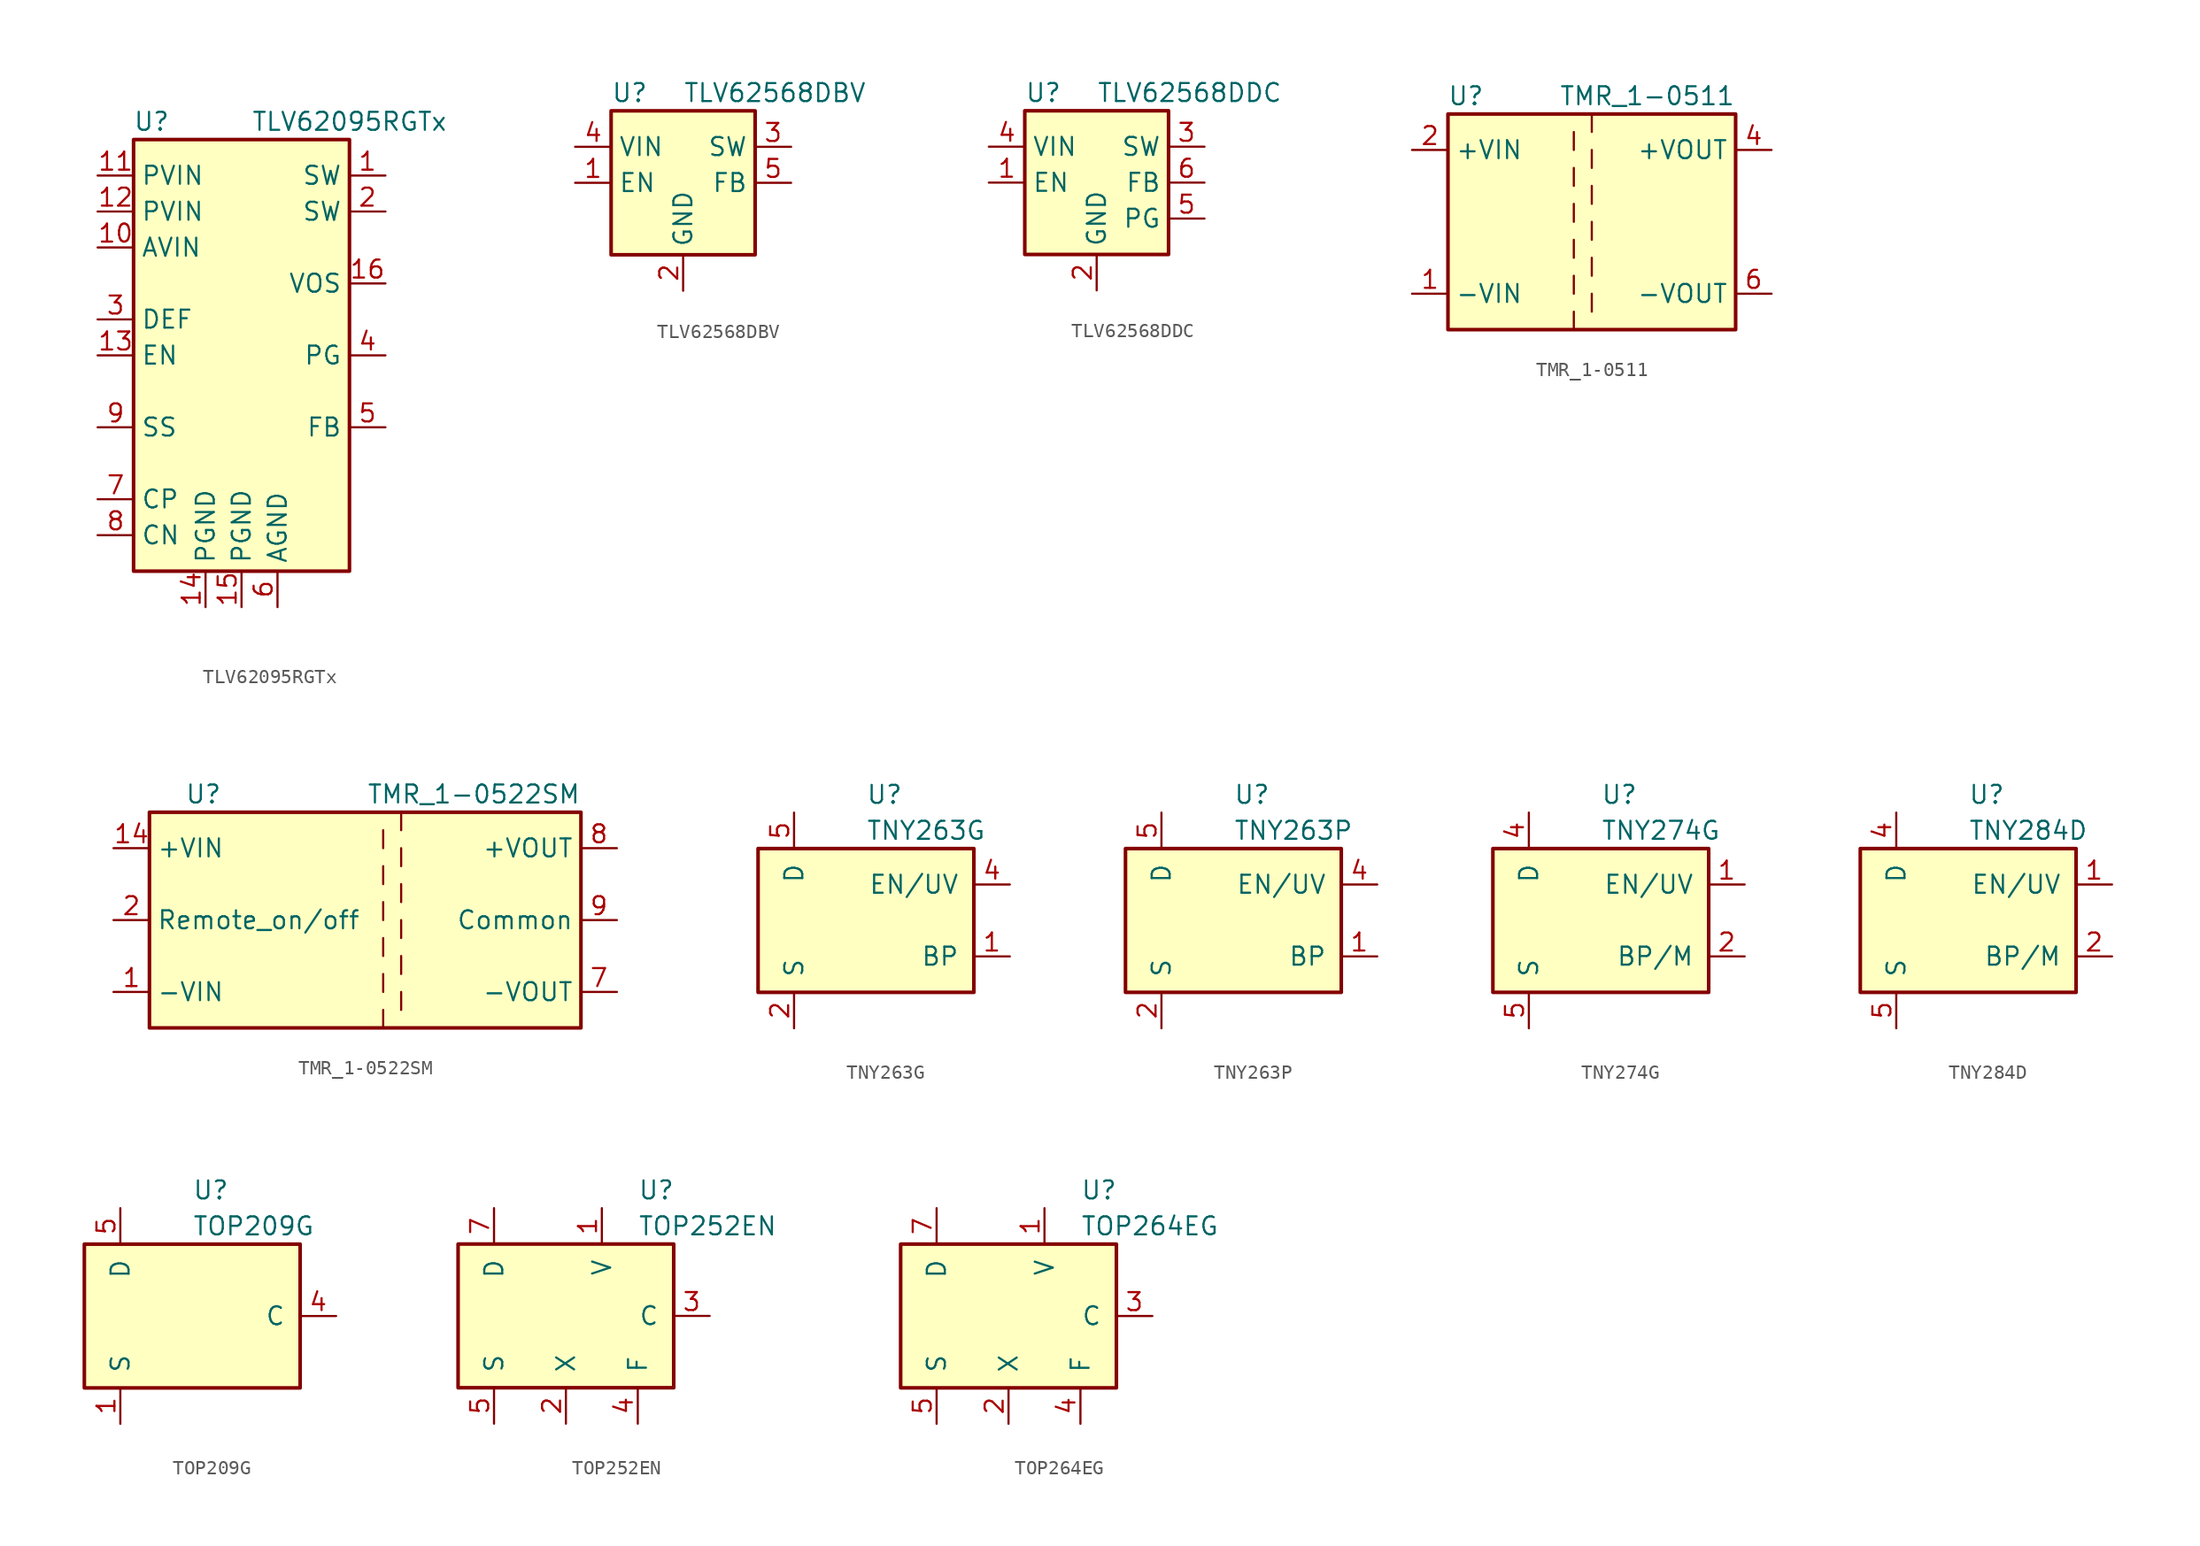
<source format=kicad_sym>
(kicad_symbol_lib
  (version 20201005)
  (generator kicad_symbol_editor)
  (symbol "TLV62095RGTx"
    (property "Reference" "U"
      (at -6.35 16.51 0)
      (effects (font (size 1.27 1.27))))
    (property "Value" "TLV62095RGTx"
      (at 7.62 16.51 0)
      (effects (font (size 1.27 1.27))))
    (symbol "TLV62095RGTx_0_1"
      (rectangle (start -7.62 -15.24) (end 7.62 15.24) (stroke (width 0.254)) (fill (type background)))
      (pin power_out line (at 10.16 12.7 180) (length 2.54) (name "SW" (effects (font (size 1.27 1.27)))) (number "1" (effects (font (size 1.27 1.27)))))
      (pin power_in line (at -10.16 7.62 0) (length 2.54) (name "AVIN" (effects (font (size 1.27 1.27)))) (number "10" (effects (font (size 1.27 1.27)))))
      (pin power_in line (at -10.16 12.7 0) (length 2.54) (name "PVIN" (effects (font (size 1.27 1.27)))) (number "11" (effects (font (size 1.27 1.27)))))
      (pin power_in line (at -10.16 10.16 0) (length 2.54) (name "PVIN" (effects (font (size 1.27 1.27)))) (number "12" (effects (font (size 1.27 1.27)))))
      (pin input line (at -10.16 0 0) (length 2.54) (name "EN" (effects (font (size 1.27 1.27)))) (number "13" (effects (font (size 1.27 1.27)))))
      (pin power_in line (at -2.54 -17.78 90) (length 2.54) (name "PGND" (effects (font (size 1.27 1.27)))) (number "14" (effects (font (size 1.27 1.27)))))
      (pin power_in line (at 0 -17.78 90) (length 2.54) (name "PGND" (effects (font (size 1.27 1.27)))) (number "15" (effects (font (size 1.27 1.27)))))
      (pin input line (at 10.16 5.08 180) (length 2.54) (name "VOS" (effects (font (size 1.27 1.27)))) (number "16" (effects (font (size 1.27 1.27)))))
      (pin power_in line (at 2.54 -17.78 90) (length 2.54) hide (name "AGND" (effects (font (size 1.27 1.27)))) (number "17" (effects (font (size 1.27 1.27)))))
      (pin power_out line (at 10.16 10.16 180) (length 2.54) (name "SW" (effects (font (size 1.27 1.27)))) (number "2" (effects (font (size 1.27 1.27)))))
      (pin input line (at -10.16 2.54 0) (length 2.54) (name "DEF" (effects (font (size 1.27 1.27)))) (number "3" (effects (font (size 1.27 1.27)))))
      (pin tri_state line (at 10.16 0 180) (length 2.54) (name "PG" (effects (font (size 1.27 1.27)))) (number "4" (effects (font (size 1.27 1.27)))))
      (pin input line (at 10.16 -5.08 180) (length 2.54) (name "FB" (effects (font (size 1.27 1.27)))) (number "5" (effects (font (size 1.27 1.27)))))
      (pin power_in line (at 2.54 -17.78 90) (length 2.54) (name "AGND" (effects (font (size 1.27 1.27)))) (number "6" (effects (font (size 1.27 1.27)))))
      (pin passive line (at -10.16 -10.16 0) (length 2.54) (name "CP" (effects (font (size 1.27 1.27)))) (number "7" (effects (font (size 1.27 1.27)))))
      (pin passive line (at -10.16 -12.7 0) (length 2.54) (name "CN" (effects (font (size 1.27 1.27)))) (number "8" (effects (font (size 1.27 1.27)))))
      (pin input line (at -10.16 -5.08 0) (length 2.54) (name "SS" (effects (font (size 1.27 1.27)))) (number "9" (effects (font (size 1.27 1.27)))))))
  (symbol "TLV62568DBV"
    (property "Reference" "U"
      (at -5.08 6.35 0)
      (effects (font (size 1.27 1.27)) (justify left)))
    (property "Value" "TLV62568DBV"
      (at 0 6.35 0)
      (effects (font (size 1.27 1.27)) (justify left)))
    (symbol "TLV62568DBV_0_1"
      (rectangle (start -5.08 5.08) (end 5.08 -5.08) (stroke (width 0.254)) (fill (type background))))
    (symbol "TLV62568DBV_1_1"
      (pin input line (at -7.62 0 0) (length 2.54) (name "EN" (effects (font (size 1.27 1.27)))) (number "1" (effects (font (size 1.27 1.27)))))
      (pin power_in line (at 0 -7.62 90) (length 2.54) (name "GND" (effects (font (size 1.27 1.27)))) (number "2" (effects (font (size 1.27 1.27)))))
      (pin power_out line (at 7.62 2.54 180) (length 2.54) (name "SW" (effects (font (size 1.27 1.27)))) (number "3" (effects (font (size 1.27 1.27)))))
      (pin power_in line (at -7.62 2.54 0) (length 2.54) (name "VIN" (effects (font (size 1.27 1.27)))) (number "4" (effects (font (size 1.27 1.27)))))
      (pin input line (at 7.62 0 180) (length 2.54) (name "FB" (effects (font (size 1.27 1.27)))) (number "5" (effects (font (size 1.27 1.27)))))))
  (symbol "TLV62568DDC"
    (property "Reference" "U"
      (at -5.08 6.35 0)
      (effects (font (size 1.27 1.27)) (justify left)))
    (property "Value" "TLV62568DDC"
      (at 0 6.35 0)
      (effects (font (size 1.27 1.27)) (justify left)))
    (symbol "TLV62568DDC_0_1"
      (rectangle (start -5.08 5.08) (end 5.08 -5.08) (stroke (width 0.254)) (fill (type background))))
    (symbol "TLV62568DDC_1_1"
      (pin input line (at -7.62 0 0) (length 2.54) (name "EN" (effects (font (size 1.27 1.27)))) (number "1" (effects (font (size 1.27 1.27)))))
      (pin power_in line (at 0 -7.62 90) (length 2.54) (name "GND" (effects (font (size 1.27 1.27)))) (number "2" (effects (font (size 1.27 1.27)))))
      (pin power_out line (at 7.62 2.54 180) (length 2.54) (name "SW" (effects (font (size 1.27 1.27)))) (number "3" (effects (font (size 1.27 1.27)))))
      (pin power_in line (at -7.62 2.54 0) (length 2.54) (name "VIN" (effects (font (size 1.27 1.27)))) (number "4" (effects (font (size 1.27 1.27)))))
      (pin open_collector line (at 7.62 -2.54 180) (length 2.54) (name "PG" (effects (font (size 1.27 1.27)))) (number "5" (effects (font (size 1.27 1.27)))))
      (pin input line (at 7.62 0 180) (length 2.54) (name "FB" (effects (font (size 1.27 1.27)))) (number "6" (effects (font (size 1.27 1.27)))))))
  (symbol "TMR_1-0511"
    (property "Reference" "U"
      (at -8.89 8.89 0)
      (effects (font (size 1.27 1.27))))
    (property "Value" "TMR_1-0511"
      (at 10.16 8.89 0)
      (effects (font (size 1.27 1.27)) (justify right)))
    (symbol "TMR_1-0511_0_1"
      (rectangle (start -10.16 7.62) (end 10.16 -7.62) (stroke (width 0.254)) (fill (type background)))
      (polyline (pts (xy -1.27 -7.62) (xy -1.27 -6.35)) (stroke (width 0)) (fill (type none)))
      (polyline (pts (xy -1.27 -5.08) (xy -1.27 -3.81)) (stroke (width 0)) (fill (type none)))
      (polyline (pts (xy -1.27 -2.54) (xy -1.27 -1.27)) (stroke (width 0)) (fill (type none)))
      (polyline (pts (xy -1.27 0) (xy -1.27 1.27)) (stroke (width 0)) (fill (type none)))
      (polyline (pts (xy -1.27 2.54) (xy -1.27 3.81)) (stroke (width 0)) (fill (type none)))
      (polyline (pts (xy -1.27 5.08) (xy -1.27 6.35)) (stroke (width 0)) (fill (type none)))
      (polyline (pts (xy 0 -5.08) (xy 0 -6.35)) (stroke (width 0)) (fill (type none)))
      (polyline (pts (xy 0 -2.54) (xy 0 -3.81)) (stroke (width 0)) (fill (type none)))
      (polyline (pts (xy 0 0) (xy 0 -1.27)) (stroke (width 0)) (fill (type none)))
      (polyline (pts (xy 0 2.54) (xy 0 1.27)) (stroke (width 0)) (fill (type none)))
      (polyline (pts (xy 0 5.08) (xy 0 3.81)) (stroke (width 0)) (fill (type none)))
      (polyline (pts (xy 0 7.62) (xy 0 6.35)) (stroke (width 0)) (fill (type none))))
    (symbol "TMR_1-0511_1_1"
      (pin power_in line (at -12.7 -5.08 0) (length 2.54) (name "-VIN" (effects (font (size 1.27 1.27)))) (number "1" (effects (font (size 1.27 1.27)))))
      (pin power_in line (at -12.7 5.08 0) (length 2.54) (name "+VIN" (effects (font (size 1.27 1.27)))) (number "2" (effects (font (size 1.27 1.27)))))
      (pin power_out line (at 12.7 5.08 180) (length 2.54) (name "+VOUT" (effects (font (size 1.27 1.27)))) (number "4" (effects (font (size 1.27 1.27)))))
      (pin power_out line (at 12.7 -5.08 180) (length 2.54) (name "-VOUT" (effects (font (size 1.27 1.27)))) (number "6" (effects (font (size 1.27 1.27)))))))
  (symbol "TMR_1-0522SM"
    (property "Reference" "U"
      (at -11.43 8.89 0)
      (effects (font (size 1.27 1.27))))
    (property "Value" "TMR_1-0522SM"
      (at 15.24 8.89 0)
      (effects (font (size 1.27 1.27)) (justify right)))
    (symbol "TMR_1-0522SM_0_1"
      (rectangle (start -15.24 7.62) (end 15.24 -7.62) (stroke (width 0.254)) (fill (type background)))
      (polyline (pts (xy 1.27 -6.35) (xy 1.27 -7.62)) (stroke (width 0)) (fill (type none)))
      (polyline (pts (xy 1.27 -3.81) (xy 1.27 -5.08)) (stroke (width 0)) (fill (type none)))
      (polyline (pts (xy 1.27 -1.27) (xy 1.27 -2.54)) (stroke (width 0)) (fill (type none)))
      (polyline (pts (xy 1.27 1.27) (xy 1.27 0)) (stroke (width 0)) (fill (type none)))
      (polyline (pts (xy 1.27 3.81) (xy 1.27 2.54)) (stroke (width 0)) (fill (type none)))
      (polyline (pts (xy 1.27 6.35) (xy 1.27 5.08)) (stroke (width 0)) (fill (type none)))
      (polyline (pts (xy 2.54 -5.08) (xy 2.54 -6.35)) (stroke (width 0)) (fill (type none)))
      (polyline (pts (xy 2.54 -2.54) (xy 2.54 -3.81)) (stroke (width 0)) (fill (type none)))
      (polyline (pts (xy 2.54 0) (xy 2.54 -1.27)) (stroke (width 0)) (fill (type none)))
      (polyline (pts (xy 2.54 2.54) (xy 2.54 1.27)) (stroke (width 0)) (fill (type none)))
      (polyline (pts (xy 2.54 5.08) (xy 2.54 3.81)) (stroke (width 0)) (fill (type none)))
      (polyline (pts (xy 2.54 7.62) (xy 2.54 6.35)) (stroke (width 0)) (fill (type none))))
    (symbol "TMR_1-0522SM_1_1"
      (pin power_in line (at -17.78 -5.08 0) (length 2.54) (name "-VIN" (effects (font (size 1.27 1.27)))) (number "1" (effects (font (size 1.27 1.27)))))
      (pin power_in line (at -17.78 5.08 0) (length 2.54) (name "+VIN" (effects (font (size 1.27 1.27)))) (number "14" (effects (font (size 1.27 1.27)))))
      (pin input line (at -17.78 0 0) (length 2.54) (name "Remote_on/off" (effects (font (size 1.27 1.27)))) (number "2" (effects (font (size 1.27 1.27)))))
      (pin passive line (at 17.78 0 180) (length 2.54) hide (name "Common" (effects (font (size 1.27 1.27)))) (number "6" (effects (font (size 1.27 1.27)))))
      (pin power_out line (at 17.78 -5.08 180) (length 2.54) (name "-VOUT" (effects (font (size 1.27 1.27)))) (number "7" (effects (font (size 1.27 1.27)))))
      (pin power_out line (at 17.78 5.08 180) (length 2.54) (name "+VOUT" (effects (font (size 1.27 1.27)))) (number "8" (effects (font (size 1.27 1.27)))))
      (pin power_out line (at 17.78 0 180) (length 2.54) (name "Common" (effects (font (size 1.27 1.27)))) (number "9" (effects (font (size 1.27 1.27)))))))
  (symbol "TNY263G"
    (pin_names
      (offset 1.016))
    (property "Reference" "U"
      (at 0 8.89 0)
      (effects (font (size 1.27 1.27)) (justify left)))
    (property "Value" "TNY263G"
      (at 0 6.35 0)
      (effects (font (size 1.27 1.27)) (justify left)))
    (symbol "TNY263G_0_1"
      (rectangle (start -7.62 5.08) (end 7.62 -5.08) (stroke (width 0.254)) (fill (type background))))
    (symbol "TNY263G_1_1"
      (pin input line (at 10.16 -2.54 180) (length 2.54) (name "BP" (effects (font (size 1.27 1.27)))) (number "1" (effects (font (size 1.27 1.27)))))
      (pin open_emitter line (at -5.08 -7.62 90) (length 2.54) (name "S" (effects (font (size 1.27 1.27)))) (number "2" (effects (font (size 1.27 1.27)))))
      (pin open_emitter line (at -5.08 -7.62 90) (length 2.54) hide (name "S" (effects (font (size 1.27 1.27)))) (number "3" (effects (font (size 1.27 1.27)))))
      (pin input line (at 10.16 2.54 180) (length 2.54) (name "EN/UV" (effects (font (size 1.27 1.27)))) (number "4" (effects (font (size 1.27 1.27)))))
      (pin open_collector line (at -5.08 7.62 270) (length 2.54) (name "D" (effects (font (size 1.27 1.27)))) (number "5" (effects (font (size 1.27 1.27)))))
      (pin open_emitter line (at -5.08 -7.62 90) (length 2.54) hide (name "S" (effects (font (size 1.27 1.27)))) (number "7" (effects (font (size 1.27 1.27)))))
      (pin open_emitter line (at -5.08 -7.62 90) (length 2.54) hide (name "S" (effects (font (size 1.27 1.27)))) (number "8" (effects (font (size 1.27 1.27)))))))
  (symbol "TNY263P"
    (pin_names
      (offset 1.016))
    (property "Reference" "U"
      (at 0 8.89 0)
      (effects (font (size 1.27 1.27)) (justify left)))
    (property "Value" "TNY263P"
      (at 0 6.35 0)
      (effects (font (size 1.27 1.27)) (justify left)))
    (symbol "TNY263P_0_1"
      (rectangle (start -7.62 5.08) (end 7.62 -5.08) (stroke (width 0.254)) (fill (type background))))
    (symbol "TNY263P_1_1"
      (pin input line (at 10.16 -2.54 180) (length 2.54) (name "BP" (effects (font (size 1.27 1.27)))) (number "1" (effects (font (size 1.27 1.27)))))
      (pin open_emitter line (at -5.08 -7.62 90) (length 2.54) (name "S" (effects (font (size 1.27 1.27)))) (number "2" (effects (font (size 1.27 1.27)))))
      (pin open_emitter line (at -5.08 -7.62 90) (length 2.54) hide (name "S" (effects (font (size 1.27 1.27)))) (number "3" (effects (font (size 1.27 1.27)))))
      (pin input line (at 10.16 2.54 180) (length 2.54) (name "EN/UV" (effects (font (size 1.27 1.27)))) (number "4" (effects (font (size 1.27 1.27)))))
      (pin open_collector line (at -5.08 7.62 270) (length 2.54) (name "D" (effects (font (size 1.27 1.27)))) (number "5" (effects (font (size 1.27 1.27)))))
      (pin open_emitter line (at -5.08 -7.62 90) (length 2.54) hide (name "S" (effects (font (size 1.27 1.27)))) (number "7" (effects (font (size 1.27 1.27)))))
      (pin open_emitter line (at -5.08 -7.62 90) (length 2.54) hide (name "S" (effects (font (size 1.27 1.27)))) (number "8" (effects (font (size 1.27 1.27)))))))
  (symbol "TNY274G"
    (pin_names
      (offset 1.016))
    (property "Reference" "U"
      (at 0 8.89 0)
      (effects (font (size 1.27 1.27)) (justify left)))
    (property "Value" "TNY274G"
      (at 0 6.35 0)
      (effects (font (size 1.27 1.27)) (justify left)))
    (symbol "TNY274G_0_1"
      (rectangle (start -7.62 5.08) (end 7.62 -5.08) (stroke (width 0.254)) (fill (type background))))
    (symbol "TNY274G_1_1"
      (pin input line (at 10.16 2.54 180) (length 2.54) (name "EN/UV" (effects (font (size 1.27 1.27)))) (number "1" (effects (font (size 1.27 1.27)))))
      (pin input line (at 10.16 -2.54 180) (length 2.54) (name "BP/M" (effects (font (size 1.27 1.27)))) (number "2" (effects (font (size 1.27 1.27)))))
      (pin open_collector line (at -5.08 7.62 270) (length 2.54) (name "D" (effects (font (size 1.27 1.27)))) (number "4" (effects (font (size 1.27 1.27)))))
      (pin open_emitter line (at -5.08 -7.62 90) (length 2.54) (name "S" (effects (font (size 1.27 1.27)))) (number "5" (effects (font (size 1.27 1.27)))))
      (pin open_emitter line (at -5.08 -7.62 90) (length 2.54) hide (name "S" (effects (font (size 1.27 1.27)))) (number "6" (effects (font (size 1.27 1.27)))))
      (pin open_emitter line (at -5.08 -7.62 90) (length 2.54) hide (name "S" (effects (font (size 1.27 1.27)))) (number "7" (effects (font (size 1.27 1.27)))))
      (pin open_emitter line (at -5.08 -7.62 90) (length 2.54) hide (name "S" (effects (font (size 1.27 1.27)))) (number "8" (effects (font (size 1.27 1.27)))))))
  (symbol "TNY284D"
    (pin_names
      (offset 1.016))
    (property "Reference" "U"
      (at 0 8.89 0)
      (effects (font (size 1.27 1.27)) (justify left)))
    (property "Value" "TNY284D"
      (at 0 6.35 0)
      (effects (font (size 1.27 1.27)) (justify left)))
    (symbol "TNY284D_0_1"
      (rectangle (start -7.62 5.08) (end 7.62 -5.08) (stroke (width 0.254)) (fill (type background))))
    (symbol "TNY284D_1_1"
      (pin input line (at 10.16 2.54 180) (length 2.54) (name "EN/UV" (effects (font (size 1.27 1.27)))) (number "1" (effects (font (size 1.27 1.27)))))
      (pin input line (at 10.16 -2.54 180) (length 2.54) (name "BP/M" (effects (font (size 1.27 1.27)))) (number "2" (effects (font (size 1.27 1.27)))))
      (pin open_collector line (at -5.08 7.62 270) (length 2.54) (name "D" (effects (font (size 1.27 1.27)))) (number "4" (effects (font (size 1.27 1.27)))))
      (pin open_emitter line (at -5.08 -7.62 90) (length 2.54) (name "S" (effects (font (size 1.27 1.27)))) (number "5" (effects (font (size 1.27 1.27)))))
      (pin open_emitter line (at -5.08 -7.62 90) (length 2.54) hide (name "S" (effects (font (size 1.27 1.27)))) (number "6" (effects (font (size 1.27 1.27)))))
      (pin open_emitter line (at -5.08 -7.62 90) (length 2.54) hide (name "S" (effects (font (size 1.27 1.27)))) (number "7" (effects (font (size 1.27 1.27)))))
      (pin open_emitter line (at -5.08 -7.62 90) (length 2.54) hide (name "S" (effects (font (size 1.27 1.27)))) (number "8" (effects (font (size 1.27 1.27)))))))
  (symbol "TOP209G"
    (pin_names
      (offset 1.016))
    (property "Reference" "U"
      (at 0 8.89 0)
      (effects (font (size 1.27 1.27)) (justify left)))
    (property "Value" "TOP209G"
      (at 0 6.35 0)
      (effects (font (size 1.27 1.27)) (justify left)))
    (symbol "TOP209G_0_1"
      (rectangle (start -7.62 5.08) (end 7.62 -5.08) (stroke (width 0.254)) (fill (type background))))
    (symbol "TOP209G_1_1"
      (pin open_emitter line (at -5.08 -7.62 90) (length 2.54) (name "S" (effects (font (size 1.27 1.27)))) (number "1" (effects (font (size 1.27 1.27)))))
      (pin no_connect line (at -2.54 -5.08 90) (length 2.54) hide (name "NC" (effects (font (size 1.27 1.27)))) (number "2" (effects (font (size 1.27 1.27)))))
      (pin no_connect line (at 0 -5.08 90) (length 2.54) hide (name "NC" (effects (font (size 1.27 1.27)))) (number "3" (effects (font (size 1.27 1.27)))))
      (pin input line (at 10.16 0 180) (length 2.54) (name "C" (effects (font (size 1.27 1.27)))) (number "4" (effects (font (size 1.27 1.27)))))
      (pin open_collector line (at -5.08 7.62 270) (length 2.54) (name "D" (effects (font (size 1.27 1.27)))) (number "5" (effects (font (size 1.27 1.27)))))
      (pin no_connect line (at 2.54 -5.08 90) (length 2.54) hide (name "NC" (effects (font (size 1.27 1.27)))) (number "6" (effects (font (size 1.27 1.27)))))
      (pin no_connect line (at 5.08 -5.08 90) (length 2.54) hide (name "NC" (effects (font (size 1.27 1.27)))) (number "7" (effects (font (size 1.27 1.27)))))
      (pin open_emitter line (at -5.08 -7.62 90) (length 2.54) hide (name "S" (effects (font (size 1.27 1.27)))) (number "8" (effects (font (size 1.27 1.27)))))))
  (symbol "TOP252EN"
    (pin_names
      (offset 1.016))
    (property "Reference" "U"
      (at 5.08 8.89 0)
      (effects (font (size 1.27 1.27)) (justify left)))
    (property "Value" "TOP252EN"
      (at 5.08 6.35 0)
      (effects (font (size 1.27 1.27)) (justify left)))
    (symbol "TOP252EN_0_1"
      (rectangle (start -7.62 5.08) (end 7.62 -5.08) (stroke (width 0.254)) (fill (type background))))
    (symbol "TOP252EN_1_1"
      (pin input line (at 2.54 7.62 270) (length 2.54) (name "V" (effects (font (size 1.27 1.27)))) (number "1" (effects (font (size 1.27 1.27)))))
      (pin input line (at 0 -7.62 90) (length 2.54) (name "X" (effects (font (size 1.27 1.27)))) (number "2" (effects (font (size 1.27 1.27)))))
      (pin input line (at 10.16 0 180) (length 2.54) (name "C" (effects (font (size 1.27 1.27)))) (number "3" (effects (font (size 1.27 1.27)))))
      (pin passive line (at 5.08 -7.62 90) (length 2.54) (name "F" (effects (font (size 1.27 1.27)))) (number "4" (effects (font (size 1.27 1.27)))))
      (pin open_emitter line (at -5.08 -7.62 90) (length 2.54) (name "S" (effects (font (size 1.27 1.27)))) (number "5" (effects (font (size 1.27 1.27)))))
      (pin open_collector line (at -5.08 7.62 270) (length 2.54) (name "D" (effects (font (size 1.27 1.27)))) (number "7" (effects (font (size 1.27 1.27)))))))
  (symbol "TOP264EG"
    (pin_names
      (offset 1.016))
    (property "Reference" "U"
      (at 5.08 8.89 0)
      (effects (font (size 1.27 1.27)) (justify left)))
    (property "Value" "TOP264EG"
      (at 5.08 6.35 0)
      (effects (font (size 1.27 1.27)) (justify left)))
    (symbol "TOP264EG_0_1"
      (rectangle (start -7.62 5.08) (end 7.62 -5.08) (stroke (width 0.254)) (fill (type background))))
    (symbol "TOP264EG_1_1"
      (pin input line (at 2.54 7.62 270) (length 2.54) (name "V" (effects (font (size 1.27 1.27)))) (number "1" (effects (font (size 1.27 1.27)))))
      (pin input line (at 0 -7.62 90) (length 2.54) (name "X" (effects (font (size 1.27 1.27)))) (number "2" (effects (font (size 1.27 1.27)))))
      (pin input line (at 10.16 0 180) (length 2.54) (name "C" (effects (font (size 1.27 1.27)))) (number "3" (effects (font (size 1.27 1.27)))))
      (pin passive line (at 5.08 -7.62 90) (length 2.54) (name "F" (effects (font (size 1.27 1.27)))) (number "4" (effects (font (size 1.27 1.27)))))
      (pin open_emitter line (at -5.08 -7.62 90) (length 2.54) (name "S" (effects (font (size 1.27 1.27)))) (number "5" (effects (font (size 1.27 1.27)))))
      (pin open_collector line (at -5.08 7.62 270) (length 2.54) (name "D" (effects (font (size 1.27 1.27)))) (number "7" (effects (font (size 1.27 1.27))))))))
</source>
